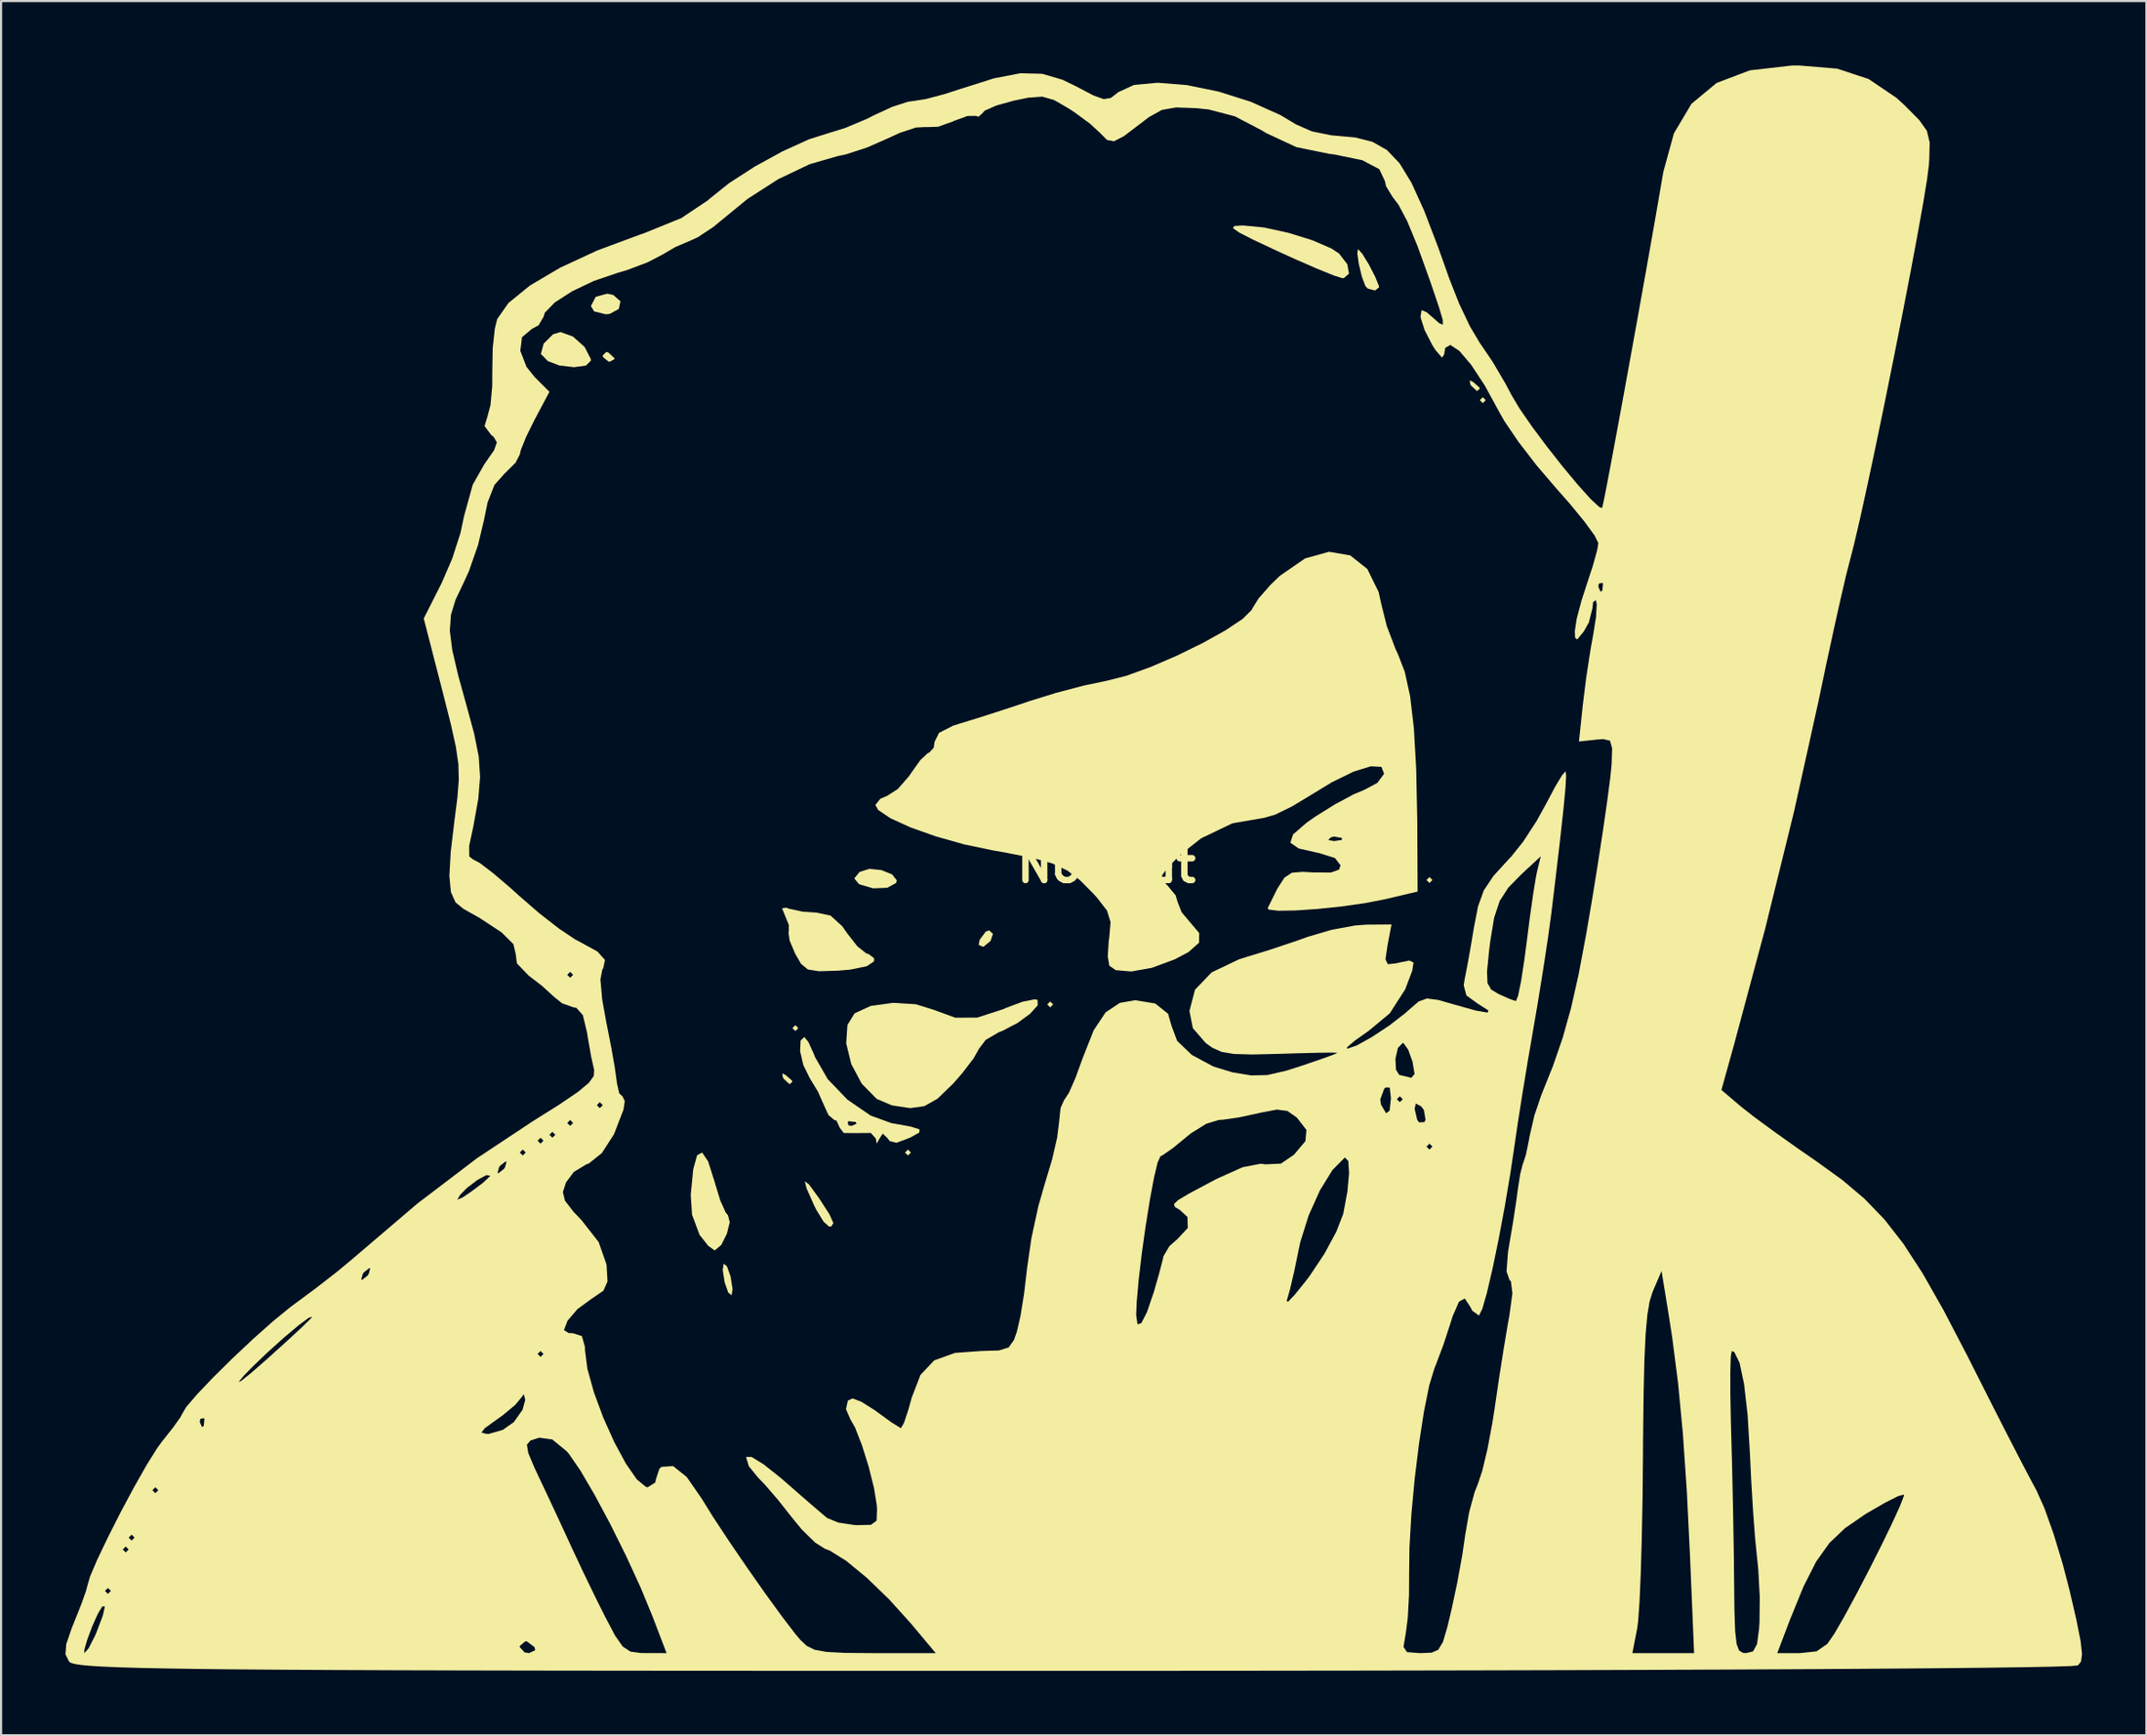
<source format=kicad_pcb>
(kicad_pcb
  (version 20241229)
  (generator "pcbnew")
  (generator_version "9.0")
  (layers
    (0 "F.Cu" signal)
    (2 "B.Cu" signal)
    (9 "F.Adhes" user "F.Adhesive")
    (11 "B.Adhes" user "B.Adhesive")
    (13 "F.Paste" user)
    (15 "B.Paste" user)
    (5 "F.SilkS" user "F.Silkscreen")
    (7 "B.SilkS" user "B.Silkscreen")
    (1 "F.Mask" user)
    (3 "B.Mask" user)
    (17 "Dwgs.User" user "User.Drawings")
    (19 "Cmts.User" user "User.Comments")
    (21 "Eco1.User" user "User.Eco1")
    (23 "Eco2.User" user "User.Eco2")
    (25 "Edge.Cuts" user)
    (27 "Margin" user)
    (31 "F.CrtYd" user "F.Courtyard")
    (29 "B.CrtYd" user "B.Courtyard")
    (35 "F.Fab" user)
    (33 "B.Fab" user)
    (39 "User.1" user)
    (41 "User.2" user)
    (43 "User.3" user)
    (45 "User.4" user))
  (footprint "NoliBat"
    (layer "F.Cu")
    (at 48.499 37.272)
    (property "Reference" "NoliBat" (at 0 0 0) (layer "F.SilkS") (effects (font (size 1.524 1.524) (thickness 0.3))))
    (attr board_only exclude_from_pos_files exclude_from_bom)
    (fp_poly (pts (xy -14.357 7.592) (xy -14.495 7.73) (xy -14.633 7.592) (xy -14.495 7.454)) (stroke (width 0) (type solid)) (fill yes) (layer "F.SilkS"))
    (fp_poly (pts (xy -9.111 13.39) (xy -9.249 13.528) (xy -9.387 13.39) (xy -9.249 13.252)) (stroke (width 0) (type solid)) (fill yes) (layer "F.SilkS"))
    (fp_poly (pts (xy -2.485 6.488) (xy -2.623 6.626) (xy -2.761 6.488) (xy -2.623 6.35)) (stroke (width 0) (type solid)) (fill yes) (layer "F.SilkS"))
    (fp_poly (pts (xy 15.185 0.69) (xy 15.047 0.828) (xy 14.909 0.69) (xy 15.047 0.552)) (stroke (width 0) (type solid)) (fill yes) (layer "F.SilkS"))
    (fp_poly (pts (xy 17.67 -21.673) (xy 17.532 -21.535) (xy 17.393 -21.673) (xy 17.532 -21.811)) (stroke (width 0) (type solid)) (fill yes) (layer "F.SilkS"))
    (fp_poly (pts (xy -14.951 9.775) (xy -14.657 10.031) (xy -14.633 10.093) (xy -14.764 10.207) (xy -15.036 9.953) (xy -15.073 9.896) (xy -15.106 9.708)) (stroke (width 0) (type solid)) (fill yes) (layer "F.SilkS"))
    (fp_poly (pts (xy 17.075 -22.527) (xy 17.369 -22.271) (xy 17.393 -22.209) (xy 17.262 -22.095) (xy 16.99 -22.349) (xy 16.953 -22.406) (xy 16.92 -22.595)) (stroke (width 0) (type solid)) (fill yes) (layer "F.SilkS"))
    (fp_poly (pts (xy -23.191 -23.882) (xy -22.928 -23.633) (xy -22.915 -23.589) (xy -23.129 -23.471) (xy -23.191 -23.467) (xy -23.457 -23.68) (xy -23.467 -23.76) (xy -23.298 -23.925)) (stroke (width 0) (type solid)) (fill yes) (layer "F.SilkS"))
    (fp_poly (pts (xy -17.679 18.697) (xy -17.512 19.168) (xy -17.421 19.753) (xy -17.465 20.042) (xy -17.621 19.916) (xy -17.788 19.444) (xy -17.879 18.859) (xy -17.834 18.571)) (stroke (width 0) (type solid)) (fill yes) (layer "F.SilkS"))
    (fp_poly (pts (xy -5.288 3.199) (xy -5.401 3.529) (xy -5.722 3.793) (xy -5.746 3.802) (xy -5.954 3.716) (xy -5.907 3.474) (xy -5.624 3.094) (xy -5.469 3.037)) (stroke (width 0) (type solid)) (fill yes) (layer "F.SilkS"))
    (fp_poly (pts (xy -22.984 -26.579) (xy -22.643 -26.283) (xy -22.72 -25.925) (xy -23.143 -25.693) (xy -23.329 -25.676) (xy -23.869 -25.81) (xy -24.02 -26.061) (xy -23.794 -26.49) (xy -23.262 -26.634)) (stroke (width 0) (type solid)) (fill yes) (layer "F.SilkS"))
    (fp_poly (pts (xy -10.487 0.227) (xy -9.991 0.425) (xy -9.768 0.705) (xy -9.801 0.828) (xy -10.213 1.052) (xy -10.867 1.078) (xy -11.489 0.898) (xy -11.54 0.869) (xy -11.749 0.615) (xy -11.504 0.315) (xy -11.057 0.171)) (stroke (width 0) (type solid)) (fill yes) (layer "F.SilkS"))
    (fp_poly (pts (xy -24.856 -24.638) (xy -24.311 -24.149) (xy -24.026 -23.595) (xy -24.02 -23.515) (xy -24.251 -23.285) (xy -24.808 -23.209) (xy -25.486 -23.288) (xy -26.023 -23.491) (xy -26.35 -23.827) (xy -26.22 -24.31) (xy -25.782 -24.744) (xy -25.433 -24.848)) (stroke (width 0) (type solid)) (fill yes) (layer "F.SilkS"))
    (fp_poly (pts (xy -13.863 14.873) (xy -13.407 15.496) (xy -13.39 15.52) (xy -12.905 16.271) (xy -12.724 16.676) (xy -12.815 16.83) (xy -12.925 16.841) (xy -13.176 16.616) (xy -13.52 16.057) (xy -13.615 15.866) (xy -13.971 15.064) (xy -14.052 14.731)) (stroke (width 0) (type solid)) (fill yes) (layer "F.SilkS"))
    (fp_poly (pts (xy 11.917 -28.498) (xy 12.223 -27.996) (xy 12.52 -27.422) (xy 12.691 -26.993) (xy 12.7 -26.932) (xy 12.513 -26.785) (xy 12.179 -26.87) (xy 12.064 -26.988) (xy 11.897 -27.431) (xy 11.756 -28.021) (xy 11.685 -28.525) (xy 11.721 -28.713)) (stroke (width 0) (type solid)) (fill yes) (layer "F.SilkS"))
    (fp_poly (pts (xy -18.558 13.807) (xy -18.251 14.768) (xy -18.235 14.831) (xy -17.991 15.63) (xy -17.741 16.184) (xy -17.635 16.31) (xy -17.551 16.637) (xy -17.686 17.179) (xy -17.946 17.695) (xy -18.24 17.944) (xy -18.26 17.946) (xy -18.554 17.738) (xy -18.949 17.237) (xy -18.958 17.224) (xy -19.308 16.286) (xy -19.369 15.361) (xy -19.253 14.173) (xy -19.071 13.515) (xy -18.836 13.391)) (stroke (width 0) (type solid)) (fill yes) (layer "F.SilkS"))
    (fp_poly (pts (xy 7.341 -29.72) (xy 8.484 -29.47) (xy 9.599 -29.123) (xy 10.487 -28.738) (xy 10.836 -28.505) (xy 11.219 -28.009) (xy 11.299 -27.571) (xy 11.058 -27.361) (xy 10.974 -27.361) (xy 10.592 -27.483) (xy 9.832 -27.791) (xy 8.817 -28.233) (xy 8.007 -28.601) (xy 6.865 -29.136) (xy 6.177 -29.487) (xy 5.892 -29.692) (xy 5.958 -29.789) (xy 6.325 -29.815) (xy 6.369 -29.815)) (stroke (width 0) (type solid)) (fill yes) (layer "F.SilkS"))
    (fp_poly (pts (xy -14.78 2.029) (xy -14.157 2.164) (xy -13.508 2.209) (xy -12.854 2.348) (xy -12.308 2.847) (xy -12.081 3.172) (xy -11.609 3.776) (xy -11.187 4.113) (xy -11.089 4.138) (xy -10.823 4.335) (xy -10.835 4.486) (xy -11.172 4.709) (xy -11.94 4.866) (xy -12.501 4.914) (xy -13.394 4.942) (xy -13.912 4.859) (xy -14.23 4.596) (xy -14.501 4.129) (xy -14.76 3.517) (xy -14.816 3.139) (xy -14.801 3.113) (xy -14.797 2.786) (xy -14.951 2.407) (xy -15.115 2.011) (xy -14.927 1.977)) (stroke (width 0) (type solid)) (fill yes) (layer "F.SilkS"))
    (fp_poly (pts (xy -3.211 6.275) (xy -3.203 6.527) (xy -3.558 6.923) (xy -4.15 7.356) (xy -4.851 7.721) (xy -5.027 7.789) (xy -5.63 8.143) (xy -5.931 8.542) (xy -6.198 9.012) (xy -6.72 9.693) (xy -7.142 10.176) (xy -7.874 10.883) (xy -8.488 11.23) (xy -9.145 11.32) (xy -9.996 11.193) (xy -10.708 10.889) (xy -11.404 10.18) (xy -11.891 9.264) (xy -12.125 8.3) (xy -12.068 7.446) (xy -11.734 6.902) (xy -10.984 6.558) (xy -9.953 6.414) (xy -8.88 6.48) (xy -8.066 6.733) (xy -7.043 7.107) (xy -6.023 7.102) (xy -4.819 6.712) (xy -4.667 6.645) (xy -3.91 6.361) (xy -3.352 6.251)) (stroke (width 0) (type solid)) (fill yes) (layer "F.SilkS"))
    (fp_poly (pts (xy -13.887 8.238) (xy -13.627 8.81) (xy -13.574 8.949) (xy -12.986 9.971) (xy -12.065 10.928) (xy -10.991 11.666) (xy -10.025 12.017) (xy -9.122 12.18) (xy -8.707 12.311) (xy -8.723 12.46) (xy -9.112 12.676) (xy -9.2 12.717) (xy -9.785 12.936) (xy -10.099 12.855) (xy -10.202 12.722) (xy -10.423 12.507) (xy -10.574 12.738) (xy -10.704 12.975) (xy -10.746 12.738) (xy -10.978 12.478) (xy -11.596 12.483) (xy -12.237 12.481) (xy -12.424 12.238) (xy -12.55 11.964) (xy -12.056 11.964) (xy -12.018 12.128) (xy -11.872 12.148) (xy -11.644 12.047) (xy -11.688 11.964) (xy -12.015 11.931) (xy -12.056 11.964) (xy -12.55 11.964) (xy -12.579 11.902) (xy -12.681 11.872) (xy -12.952 11.642) (xy -13.132 11.251) (xy -13.436 10.563) (xy -13.827 9.916) (xy -14.123 9.315) (xy -14.273 8.668) (xy -14.25 8.169) (xy -14.077 8.007)) (stroke (width 0) (type solid)) (fill yes) (layer "F.SilkS"))
    (fp_poly (pts (xy 11.358 -14.438) (xy 12.152 -13.805) (xy 12.68 -12.729) (xy 12.801 -12.179) (xy 13.061 -11.143) (xy 13.468 -10.07) (xy 13.572 -9.854) (xy 13.899 -9.006) (xy 14.147 -7.871) (xy 14.321 -6.385) (xy 14.429 -4.487) (xy 14.478 -2.112) (xy 14.481 -1.664) (xy 14.495 1.228) (xy 12.976 1.586) (xy 12.039 1.768) (xy 10.949 1.922) (xy 9.831 2.039) (xy 8.81 2.109) (xy 8.012 2.122) (xy 7.561 2.069) (xy 7.509 2.003) (xy 7.959 1.095) (xy 8.292 0.578) (xy 8.637 0.35) (xy 9.126 0.308) (xy 9.642 0.336) (xy 10.454 0.342) (xy 10.835 0.207) (xy 10.905 0.005) (xy 10.643 -0.335) (xy 9.902 -0.568) (xy 9.856 -0.575) (xy 8.955 -0.78) (xy 8.568 -1.05) (xy 8.607 -1.17) (xy 10.335 -1.17) (xy 10.606 -1.126) (xy 10.964 -1.177) (xy 10.969 -1.271) (xy 10.599 -1.337) (xy 10.44 -1.293) (xy 10.335 -1.17) (xy 8.607 -1.17) (xy 8.692 -1.434) (xy 9.322 -1.981) (xy 9.727 -2.265) (xy 10.644 -2.837) (xy 11.513 -3.303) (xy 12.01 -3.511) (xy 12.621 -3.838) (xy 12.932 -4.259) (xy 12.933 -4.261) (xy 12.812 -4.583) (xy 12.315 -4.61) (xy 11.517 -4.363) (xy 10.495 -3.864) (xy 9.551 -3.288) (xy 8.652 -2.745) (xy 7.86 -2.357) (xy 7.344 -2.207) (xy 7.342 -2.207) (xy 5.869 -1.954) (xy 4.414 -1.256) (xy 3.485 -0.526) (xy 2.856 0.098) (xy 2.585 0.477) (xy 2.617 0.732) (xy 2.83 0.931) (xy 3.222 1.404) (xy 3.313 1.713) (xy 3.504 2.195) (xy 3.865 2.623) (xy 4.318 3.161) (xy 4.312 3.612) (xy 3.818 4.051) (xy 3.178 4.387) (xy 2.117 4.781) (xy 1.154 4.953) (xy 0.431 4.891) (xy 0.132 4.683) (xy 0.059 4.243) (xy 0.106 3.521) (xy 0.131 3.355) (xy 0.191 2.655) (xy 0.025 2.114) (xy -0.454 1.497) (xy -0.606 1.331) (xy -1.234 0.698) (xy -1.825 0.247) (xy -2.512 -0.078) (xy -3.431 -0.338) (xy -4.716 -0.59) (xy -5.264 -0.685) (xy -6.628 -0.971) (xy -7.954 -1.345) (xy -9.136 -1.765) (xy -10.067 -2.19) (xy -10.638 -2.577) (xy -10.767 -2.807) (xy -10.537 -3.096) (xy -10.218 -3.232) (xy -9.722 -3.551) (xy -9.193 -4.157) (xy -9.091 -4.311) (xy -8.667 -4.904) (xy -8.323 -5.226) (xy -8.26 -5.246) (xy -8.048 -5.475) (xy -8.007 -5.754) (xy -7.802 -6.167) (xy -7.14 -6.505) (xy -6.833 -6.602) (xy -5.979 -6.864) (xy -4.841 -7.23) (xy -3.657 -7.624) (xy -3.589 -7.647) (xy -2.342 -8.033) (xy -1.055 -8.373) (xy -0.007 -8.592) (xy 0 -8.593) (xy 0.918 -8.825) (xy 2.049 -9.235) (xy 3.276 -9.764) (xy 4.479 -10.353) (xy 5.541 -10.944) (xy 6.342 -11.478) (xy 6.764 -11.896) (xy 6.791 -11.956) (xy 7.082 -12.428) (xy 7.649 -13.074) (xy 8.074 -13.484) (xy 9.251 -14.296) (xy 10.368 -14.608)) (stroke (width 0) (type solid)) (fill yes) (layer "F.SilkS"))
    (fp_poly (pts (xy 34.041 -37.123) (xy 35.508 -36.639) (xy 36.806 -35.761) (xy 37.186 -35.412) (xy 37.861 -34.732) (xy 38.221 -34.225) (xy 38.35 -33.685) (xy 38.333 -32.904) (xy 38.315 -32.634) (xy 38.231 -31.972) (xy 38.049 -30.858) (xy 37.784 -29.38) (xy 37.456 -27.625) (xy 37.081 -25.681) (xy 36.676 -23.636) (xy 36.26 -21.577) (xy 35.85 -19.592) (xy 35.463 -17.77) (xy 35.117 -16.196) (xy 34.83 -14.96) (xy 34.638 -14.218) (xy 34.457 -13.508) (xy 34.192 -12.37) (xy 33.869 -10.918) (xy 33.512 -9.267) (xy 33.16 -7.592) (xy 32.031 -2.493) (xy 30.681 2.982) (xy 29.242 8.343) (xy 28.649 10.473) (xy 29.552 11.241) (xy 30.153 11.714) (xy 31.076 12.393) (xy 32.183 13.181) (xy 33.084 13.804) (xy 34.285 14.672) (xy 35.319 15.548) (xy 36.247 16.511) (xy 37.127 17.641) (xy 38.021 19.017) (xy 38.988 20.719) (xy 40.087 22.825) (xy 40.481 23.605) (xy 41.239 25.108) (xy 41.973 26.549) (xy 42.623 27.808) (xy 43.124 28.762) (xy 43.322 29.127) (xy 43.696 29.961) (xy 44.125 31.165) (xy 44.55 32.565) (xy 44.865 33.777) (xy 45.19 35.185) (xy 45.381 36.15) (xy 45.449 36.764) (xy 45.402 37.115) (xy 45.254 37.293) (xy 44.936 37.321) (xy 44.089 37.349) (xy 42.74 37.375) (xy 40.911 37.4) (xy 38.627 37.424) (xy 35.912 37.445) (xy 32.791 37.465) (xy 29.288 37.483) (xy 25.428 37.499) (xy 21.234 37.513) (xy 16.731 37.524) (xy 11.943 37.533) (xy 6.895 37.539) (xy 1.611 37.543) (xy -1.554 37.544) (xy -7.528 37.544) (xy -12.973 37.543) (xy -17.916 37.541) (xy -22.378 37.538) (xy -26.386 37.533) (xy -29.962 37.526) (xy -33.131 37.517) (xy -35.918 37.506) (xy -38.346 37.493) (xy -40.441 37.477) (xy -42.225 37.458) (xy -43.723 37.435) (xy -44.96 37.41) (xy -45.959 37.381) (xy -46.745 37.348) (xy -47.343 37.311) (xy -47.776 37.27) (xy -48.068 37.224) (xy -48.244 37.174) (xy -48.327 37.12) (xy -48.499 36.777) (xy -48.483 36.577) (xy -47.624 36.577) (xy -47.615 36.72) (xy -47.419 36.492) (xy -47.394 36.443) (xy -27.333 36.443) (xy -27.108 36.686) (xy -26.902 36.72) (xy -26.616 36.586) (xy -26.642 36.443) (xy -26.995 36.178) (xy -27.073 36.167) (xy -27.325 36.378) (xy -27.333 36.443) (xy -47.394 36.443) (xy -47.13 35.927) (xy -47.059 35.762) (xy -46.755 34.961) (xy -46.662 34.539) (xy -46.788 34.548) (xy -46.994 34.89) (xy -47.252 35.472) (xy -47.487 36.1) (xy -47.624 36.577) (xy -48.483 36.577) (xy -48.461 36.296) (xy -48.194 35.521) (xy -48.084 35.251) (xy -47.757 34.429) (xy -47.54 33.821) (xy -46.659 33.821) (xy -46.521 33.959) (xy -46.383 33.821) (xy -46.521 33.683) (xy -46.659 33.821) (xy -47.54 33.821) (xy -47.54 33.821) (xy -47.487 33.61) (xy -47.359 33.162) (xy -47.015 32.356) (xy -46.791 31.888) (xy -45.83 31.888) (xy -45.692 32.026) (xy -45.554 31.888) (xy -45.692 31.75) (xy -45.83 31.888) (xy -46.791 31.888) (xy -46.528 31.336) (xy -45.554 31.336) (xy -45.416 31.474) (xy -45.278 31.336) (xy -45.416 31.198) (xy -45.554 31.336) (xy -46.528 31.336) (xy -46.517 31.314) (xy -45.929 30.154) (xy -45.379 29.127) (xy -44.45 29.127) (xy -44.312 29.265) (xy -44.174 29.127) (xy -44.312 28.989) (xy -44.45 29.127) (xy -45.379 29.127) (xy -45.31 28.998) (xy -44.725 27.965) (xy -44.233 27.176) (xy -44.109 27.006) (xy -27.001 27.006) (xy -26.94 27.388) (xy -26.651 28.075) (xy -26.343 28.73) (xy -25.793 29.899) (xy -25.201 31.175) (xy -24.937 31.75) (xy -24.423 32.848) (xy -23.811 34.114) (xy -23.373 34.992) (xy -22.896 35.898) (xy -22.536 36.414) (xy -22.175 36.65) (xy -21.694 36.715) (xy -21.498 36.717) (xy -20.495 36.72) (xy -21.154 34.994) (xy -21.708 33.652) (xy -22.384 32.181) (xy -23.118 30.704) (xy -23.847 29.34) (xy -24.508 28.212) (xy -25.039 27.44) (xy -25.152 27.308) (xy -25.819 26.761) (xy -26.421 26.68) (xy -26.463 26.69) (xy -26.839 26.812) (xy -27.001 27.006) (xy -44.109 27.006) (xy -44.012 26.872) (xy -43.672 26.442) (xy -29.118 26.442) (xy -28.879 26.503) (xy -28.777 26.504) (xy -28.124 26.315) (xy -27.609 25.952) (xy -27.205 25.38) (xy -27.078 24.917) (xy -27.147 24.651) (xy -27.242 24.786) (xy -27.545 25.15) (xy -28.135 25.642) (xy -28.388 25.821) (xy -28.968 26.239) (xy -29.118 26.442) (xy -43.672 26.442) (xy -43.487 26.208) (xy -43.304 25.952) (xy -42.241 25.952) (xy -42.14 26.179) (xy -42.057 26.136) (xy -42.024 25.809) (xy -42.057 25.768) (xy -42.221 25.806) (xy -42.241 25.952) (xy -43.304 25.952) (xy -43.145 25.731) (xy -43.07 25.585) (xy -42.876 25.253) (xy -42.357 24.647) (xy -41.813 24.076) (xy -40.431 24.076) (xy -40.318 24.037) (xy -39.865 23.675) (xy -39.135 23.039) (xy -38.845 22.777) (xy -26.504 22.777) (xy -26.366 22.915) (xy -26.228 22.777) (xy -26.366 22.639) (xy -26.504 22.777) (xy -38.845 22.777) (xy -38.25 22.241) (xy -37.544 21.588) (xy -37.102 21.159) (xy -36.996 21.034) (xy -37.177 21.098) (xy -37.65 21.452) (xy -38.31 22.007) (xy -39.049 22.67) (xy -39.761 23.35) (xy -40.171 23.769) (xy -40.431 24.076) (xy -41.813 24.076) (xy -41.602 23.855) (xy -40.701 22.966) (xy -39.745 22.067) (xy -38.824 21.249) (xy -38.028 20.598) (xy -37.824 20.446) (xy -36.81 19.696) (xy -36.313 19.308) (xy -34.719 19.308) (xy -34.682 19.326) (xy -34.43 19.132) (xy -34.373 19.05) (xy -34.302 18.792) (xy -34.34 18.774) (xy -34.592 18.968) (xy -34.649 19.05) (xy -34.719 19.308) (xy -36.313 19.308) (xy -35.835 18.936) (xy -35.099 18.325) (xy -35.063 18.293) (xy -32.113 15.775) (xy -31.872 15.592) (xy -30.245 15.592) (xy -29.984 15.475) (xy -29.61 15.224) (xy -29.043 14.797) (xy -28.733 14.507) (xy -28.713 14.466) (xy -28.891 14.442) (xy -29.31 14.67) (xy -29.794 15.039) (xy -30.116 15.366) (xy -30.245 15.592) (xy -31.872 15.592) (xy -30.225 14.339) (xy -28.369 14.339) (xy -28.332 14.357) (xy -28.08 14.162) (xy -28.023 14.08) (xy -27.952 13.822) (xy -27.99 13.804) (xy -28.242 13.999) (xy -28.299 14.08) (xy -28.369 14.339) (xy -30.225 14.339) (xy -29.328 13.656) (xy -28.927 13.39) (xy -27.333 13.39) (xy -27.195 13.528) (xy -27.057 13.39) (xy -27.195 13.252) (xy -27.333 13.39) (xy -28.927 13.39) (xy -28.095 12.838) (xy -26.504 12.838) (xy -26.366 12.976) (xy -26.228 12.838) (xy -26.366 12.7) (xy -26.504 12.838) (xy -28.095 12.838) (xy -27.679 12.562) (xy -25.952 12.562) (xy -25.814 12.7) (xy -25.676 12.562) (xy -25.814 12.424) (xy -25.952 12.562) (xy -27.679 12.562) (xy -26.846 12.01) (xy -25.124 12.01) (xy -24.986 12.148) (xy -24.848 12.01) (xy -24.986 11.872) (xy -25.124 12.01) (xy -26.846 12.01) (xy -26.744 11.942) (xy -25.534 11.182) (xy -23.743 11.182) (xy -23.605 11.32) (xy -23.467 11.182) (xy -23.605 11.043) (xy -23.743 11.182) (xy -25.534 11.182) (xy -25.476 11.145) (xy -24.622 10.564) (xy -24.114 10.141) (xy -23.885 9.82) (xy -23.868 9.544) (xy -23.873 9.525) (xy -24.011 8.902) (xy -24.162 8.039) (xy -24.199 7.799) (xy -24.395 6.986) (xy -24.696 6.647) (xy -24.824 6.626) (xy -25.36 6.436) (xy -25.727 6.143) (xy -26.288 5.63) (xy -26.917 5.146) (xy -26.954 5.108) (xy -25.124 5.108) (xy -24.986 5.246) (xy -24.848 5.108) (xy -24.986 4.97) (xy -25.124 5.108) (xy -26.954 5.108) (xy -27.467 4.576) (xy -27.525 4.127) (xy -27.631 3.678) (xy -28.182 3.129) (xy -29.211 2.453) (xy -29.955 2.036) (xy -30.325 1.734) (xy -30.542 1.252) (xy -30.614 0.499) (xy -30.551 -0.616) (xy -30.374 -2.101) (xy -30.239 -3.156) (xy -30.175 -3.977) (xy -30.194 -4.717) (xy -30.312 -5.527) (xy -30.542 -6.559) (xy -30.897 -7.965) (xy -30.921 -8.057) (xy -31.661 -10.931) (xy -30.592 -10.931) (xy -30.479 -10.025) (xy -30.198 -8.827) (xy -29.831 -7.501) (xy -29.46 -6.137) (xy -29.246 -5.067) (xy -29.182 -4.111) (xy -29.267 -3.087) (xy -29.496 -1.814) (xy -29.692 -0.897) (xy -29.687 -0.411) (xy -29.52 -0.276) (xy -29.191 -0.1) (xy -28.573 0.372) (xy -27.772 1.054) (xy -27.375 1.414) (xy -26.424 2.239) (xy -25.497 2.961) (xy -24.752 3.458) (xy -24.572 3.553) (xy -23.722 4.018) (xy -23.363 4.416) (xy -23.446 4.803) (xy -23.486 4.854) (xy -23.577 5.324) (xy -23.492 6.269) (xy -23.297 7.348) (xy -23.077 8.46) (xy -22.907 9.429) (xy -22.817 10.074) (xy -22.811 10.146) (xy -22.699 10.632) (xy -22.552 10.767) (xy -22.442 10.989) (xy -22.501 11.389) (xy -22.943 12.535) (xy -23.51 13.415) (xy -24.115 13.899) (xy -24.221 13.934) (xy -24.821 14.298) (xy -25.181 14.786) (xy -25.325 15.233) (xy -25.231 15.631) (xy -24.833 16.146) (xy -24.46 16.538) (xy -23.658 17.564) (xy -23.299 18.59) (xy -23.288 18.67) (xy -23.246 19.4) (xy -23.436 19.828) (xy -23.964 20.19) (xy -23.976 20.197) (xy -24.647 20.687) (xy -25.108 21.229) (xy -25.11 21.232) (xy -25.276 21.665) (xy -25.053 21.804) (xy -24.858 21.811) (xy -24.439 21.945) (xy -24.299 22.442) (xy -24.296 22.596) (xy -24.183 23.472) (xy -23.882 24.558) (xy -23.447 25.735) (xy -22.932 26.884) (xy -22.391 27.887) (xy -21.88 28.623) (xy -21.452 28.975) (xy -21.371 28.989) (xy -21.024 28.769) (xy -20.983 28.591) (xy -20.83 28.132) (xy -20.731 28.038) (xy -20.189 28.003) (xy -19.557 28.509) (xy -18.872 29.497) (xy -18.33 30.37) (xy -17.596 31.484) (xy -16.758 32.712) (xy -15.905 33.928) (xy -15.124 35.003) (xy -14.506 35.812) (xy -14.266 36.098) (xy -13.969 36.379) (xy -13.603 36.56) (xy -13.051 36.663) (xy -12.191 36.709) (xy -10.905 36.72) (xy -10.832 36.72) (xy -7.955 36.72) (xy 24.501 36.72) (xy 27.376 36.72) (xy 27.188 32.233) (xy 27.035 29.135) (xy 26.852 26.473) (xy 26.629 24.13) (xy 26.562 23.607) (xy 29.064 23.607) (xy 29.065 24.666) (xy 29.091 25.971) (xy 29.1 26.297) (xy 29.149 28.096) (xy 29.193 30.106) (xy 29.226 32.053) (xy 29.24 33.337) (xy 29.256 34.754) (xy 29.29 35.709) (xy 29.357 36.293) (xy 29.471 36.595) (xy 29.648 36.707) (xy 29.803 36.72) (xy 31.251 36.72) (xy 32.306 36.72) (xy 33.079 36.638) (xy 33.579 36.293) (xy 33.906 35.822) (xy 34.376 35.008) (xy 34.932 33.981) (xy 35.522 32.848) (xy 36.092 31.718) (xy 36.587 30.698) (xy 36.956 29.894) (xy 37.143 29.414) (xy 37.151 29.329) (xy 36.877 29.404) (xy 36.264 29.714) (xy 35.439 30.193) (xy 35.335 30.256) (xy 34.41 30.894) (xy 33.679 31.587) (xy 33.062 32.455) (xy 32.475 33.613) (xy 31.836 35.179) (xy 31.786 35.311) (xy 31.251 36.72) (xy 29.803 36.72) (xy 30.127 36.636) (xy 30.309 36.297) (xy 30.404 35.575) (xy 30.424 35.27) (xy 30.435 34.098) (xy 30.365 32.802) (xy 30.31 32.274) (xy 30.218 31.358) (xy 30.122 30.075) (xy 30.034 28.61) (xy 29.978 27.427) (xy 29.868 25.604) (xy 29.704 24.177) (xy 29.496 23.192) (xy 29.251 22.693) (xy 29.132 22.639) (xy 29.086 22.898) (xy 29.064 23.607) (xy 26.562 23.607) (xy 26.354 21.99) (xy 26.198 20.983) (xy 25.86 18.912) (xy 25.445 19.878) (xy 25.307 20.313) (xy 25.2 20.943) (xy 25.119 21.834) (xy 25.061 23.053) (xy 25.023 24.667) (xy 24.999 26.743) (xy 24.993 27.609) (xy 24.974 29.558) (xy 24.938 31.387) (xy 24.891 33.002) (xy 24.834 34.31) (xy 24.771 35.218) (xy 24.729 35.546) (xy 24.501 36.72) (xy -7.955 36.72) (xy -9.112 35.337) (xy -10.131 34.208) (xy -11.171 33.204) (xy -12.127 32.417) (xy -12.892 31.94) (xy -13.107 31.86) (xy -13.573 31.567) (xy -14.188 30.965) (xy -14.633 30.424) (xy -15.292 29.589) (xy -15.934 28.845) (xy -16.247 28.522) (xy -16.665 28.004) (xy -16.788 27.59) (xy -16.784 27.575) (xy -16.539 27.574) (xy -15.978 27.917) (xy -15.176 28.554) (xy -15.031 28.68) (xy -14.202 29.404) (xy -13.5 30.011) (xy -13.057 30.387) (xy -13.014 30.423) (xy -12.495 30.635) (xy -11.729 30.751) (xy -11.633 30.755) (xy -10.972 30.741) (xy -10.709 30.544) (xy -10.689 30.008) (xy -10.702 29.817) (xy -10.832 29.016) (xy -11.083 28.017) (xy -11.397 27.016) (xy -11.713 26.207) (xy -11.927 25.828) (xy -12.136 25.351) (xy -12.048 24.951) (xy -11.829 24.848) (xy -11.422 25.004) (xy -10.802 25.393) (xy -10.605 25.538) (xy -10.011 25.969) (xy -9.623 26.21) (xy -9.569 26.228) (xy -9.433 25.986) (xy -9.226 25.363) (xy -9.078 24.825) (xy -8.666 23.754) (xy -8.026 23.077) (xy -7.06 22.728) (xy -5.833 22.639) (xy -5.006 22.614) (xy -4.557 22.474) (xy -4.31 22.126) (xy -4.176 21.742) (xy -4.008 21.015) (xy -4 20.969) (xy 1.383 20.969) (xy 1.447 21.4) (xy 1.626 21.337) (xy 1.89 20.817) (xy 2.069 20.292) (xy 8.399 20.292) (xy 8.449 20.353) (xy 8.76 20.031) (xy 9.273 19.394) (xy 9.479 19.121) (xy 10.152 18.11) (xy 10.706 17.084) (xy 11.027 16.257) (xy 11.035 16.222) (xy 11.225 15.204) (xy 11.302 14.352) (xy 11.266 13.786) (xy 11.112 13.626) (xy 11.089 13.638) (xy 10.526 14.207) (xy 9.942 15.157) (xy 9.417 16.326) (xy 9.033 17.553) (xy 8.965 17.866) (xy 8.752 18.902) (xy 8.546 19.782) (xy 8.399 20.292) (xy 2.069 20.292) (xy 2.21 19.878) (xy 2.21 19.878) (xy 2.449 19.042) (xy 2.62 18.386) (xy 2.655 18.222) (xy 2.929 17.755) (xy 3.298 17.429) (xy 3.789 16.905) (xy 3.771 16.39) (xy 3.416 16.065) (xy 3.192 15.927) (xy 3.142 15.794) (xy 3.34 15.605) (xy 3.856 15.298) (xy 4.765 14.813) (xy 5.148 14.611) (xy 6.341 14.075) (xy 7.185 13.912) (xy 7.41 13.941) (xy 8.128 13.906) (xy 8.733 13.494) (xy 9.054 13.114) (xy 14.909 13.114) (xy 15.047 13.252) (xy 15.185 13.114) (xy 15.047 12.976) (xy 14.909 13.114) (xy 9.054 13.114) (xy 9.267 12.862) (xy 9.315 12.337) (xy 8.886 11.781) (xy 8.843 11.742) (xy 8.426 11.451) (xy 7.942 11.389) (xy 7.176 11.533) (xy 7.065 11.561) (xy 6.173 11.753) (xy 5.415 11.862) (xy 5.229 11.872) (xy 4.653 12.048) (xy 3.943 12.488) (xy 3.721 12.668) (xy 3.096 13.182) (xy 2.614 13.516) (xy 2.513 13.565) (xy 2.382 13.855) (xy 2.212 14.572) (xy 2.021 15.598) (xy 1.826 16.81) (xy 1.646 18.089) (xy 1.501 19.313) (xy 1.407 20.363) (xy 1.383 20.969) (xy -4 20.969) (xy -3.838 19.962) (xy -3.702 18.806) (xy -3.699 18.774) (xy -3.498 17.387) (xy -3.172 15.88) (xy -2.858 14.791) (xy -2.53 13.702) (xy -2.297 12.689) (xy -2.209 11.978) (xy -2.138 11.312) (xy -1.966 10.927) (xy -1.955 10.919) (xy 12.752 10.919) (xy 12.793 11.163) (xy 13.028 11.561) (xy 13.193 11.434) (xy 13.201 11.356) (xy 14.357 11.356) (xy 14.475 11.86) (xy 14.558 11.981) (xy 14.807 11.974) (xy 14.865 11.865) (xy 14.789 11.411) (xy 14.664 11.24) (xy 14.409 11.107) (xy 14.357 11.356) (xy 13.201 11.356) (xy 13.247 10.905) (xy 13.528 10.905) (xy 13.666 11.043) (xy 13.804 10.905) (xy 13.666 10.767) (xy 13.528 10.905) (xy 13.247 10.905) (xy 13.252 10.85) (xy 13.197 10.361) (xy 13.003 10.359) (xy 12.939 10.418) (xy 12.752 10.919) (xy -1.955 10.919) (xy -1.954 10.919) (xy -1.743 10.593) (xy -1.437 9.893) (xy -1.114 9.002) (xy -0.596 7.693) (xy -0.04 6.857) (xy 0.625 6.415) (xy 1.343 6.291) (xy 2.271 6.445) (xy 2.867 6.919) (xy 3.037 7.501) (xy 3.292 8.186) (xy 3.976 8.841) (xy 4.972 9.378) (xy 5.865 9.652) (xy 6.741 9.796) (xy 7.494 9.779) (xy 8.369 9.578) (xy 9.019 9.371) (xy 9.9 9.072) (xy 10.055 9.016) (xy 13.462 9.016) (xy 13.486 9.529) (xy 13.637 9.77) (xy 14.201 9.907) (xy 14.353 9.732) (xy 14.259 9.16) (xy 14.057 8.598) (xy 13.839 8.292) (xy 13.804 8.283) (xy 13.579 8.511) (xy 13.462 9.016) (xy 10.055 9.016) (xy 10.528 8.846) (xy 10.768 8.743) (xy 10.512 8.732) (xy 9.822 8.741) (xy 8.817 8.766) (xy 8.074 8.79) (xy 6.798 8.821) (xy 5.939 8.797) (xy 5.361 8.699) (xy 4.93 8.505) (xy 4.623 8.286) (xy 4.024 7.593) (xy 3.865 6.792) (xy 4.125 5.8) (xy 4.9 4.994) (xy 6.182 4.382) (xy 6.523 4.276) (xy 7.597 3.946) (xy 8.813 3.539) (xy 9.387 3.335) (xy 10.471 3.015) (xy 11.569 2.81) (xy 12.091 2.77) (xy 13.277 2.761) (xy 13.093 3.741) (xy 12.998 4.382) (xy 13.107 4.614) (xy 13.507 4.57) (xy 13.633 4.539) (xy 14.111 4.442) (xy 14.306 4.537) (xy 14.242 4.926) (xy 13.943 5.715) (xy 13.916 5.784) (xy 13.199 6.902) (xy 12.212 7.722) (xy 11.569 8.175) (xy 11.216 8.478) (xy 11.203 8.558) (xy 11.661 8.4) (xy 12.378 8) (xy 13.186 7.463) (xy 13.916 6.897) (xy 14.098 6.734) (xy 14.543 6.352) (xy 14.93 6.21) (xy 15.467 6.281) (xy 16.169 6.483) (xy 17.207 6.774) (xy 17.753 6.869) (xy 17.796 6.769) (xy 17.331 6.472) (xy 17.307 6.459) (xy 16.768 6.068) (xy 16.643 5.595) (xy 16.69 5.296) (xy 16.757 4.954) (xy 17.729 4.954) (xy 17.751 5.495) (xy 17.921 5.794) (xy 18.27 6.004) (xy 18.814 6.244) (xy 19.076 6.331) (xy 19.177 6.085) (xy 19.315 5.405) (xy 19.469 4.409) (xy 19.567 3.658) (xy 19.726 2.418) (xy 19.882 1.32) (xy 20.013 0.523) (xy 20.063 0.276) (xy 20.233 -0.414) (xy 19.338 0.414) (xy 18.72 1.046) (xy 18.318 1.668) (xy 18.06 2.449) (xy 17.877 3.558) (xy 17.821 4.021) (xy 17.729 4.954) (xy 16.757 4.954) (xy 16.824 4.61) (xy 16.997 3.636) (xy 17.113 2.939) (xy 17.311 1.915) (xy 17.579 1.174) (xy 18.027 0.503) (xy 18.764 -0.307) (xy 18.857 -0.402) (xy 19.414 -1.099) (xy 20.039 -2.061) (xy 20.473 -2.846) (xy 20.901 -3.654) (xy 21.232 -4.204) (xy 21.392 -4.376) (xy 21.415 -4.161) (xy 21.382 -3.588) (xy 21.29 -2.615) (xy 21.135 -1.202) (xy 20.913 0.69) (xy 20.729 2.209) (xy 20.574 3.352) (xy 20.35 4.827) (xy 20.093 6.421) (xy 19.892 7.592) (xy 19.63 9.115) (xy 19.376 10.66) (xy 19.161 12.025) (xy 19.043 12.838) (xy 18.813 14.379) (xy 18.547 15.952) (xy 18.264 17.461) (xy 17.984 18.813) (xy 17.727 19.913) (xy 17.513 20.666) (xy 17.36 20.979) (xy 17.348 20.983) (xy 17.045 20.763) (xy 16.941 20.568) (xy 16.691 20.191) (xy 16.423 20.34) (xy 16.124 21.027) (xy 16.031 21.328) (xy 15.705 22.326) (xy 15.343 23.29) (xy 15.277 23.448) (xy 15.036 24.246) (xy 14.791 25.46) (xy 14.56 26.956) (xy 14.359 28.596) (xy 14.205 30.247) (xy 14.116 31.772) (xy 14.102 32.854) (xy 14.095 34.01) (xy 14.037 35.07) (xy 13.942 35.809) (xy 13.939 35.822) (xy 13.837 36.429) (xy 14.003 36.673) (xy 14.572 36.719) (xy 14.667 36.719) (xy 15.147 36.699) (xy 15.456 36.565) (xy 15.675 36.201) (xy 15.883 35.494) (xy 16.068 34.718) (xy 16.338 33.457) (xy 16.575 32.154) (xy 16.715 31.198) (xy 16.893 30.166) (xy 17.148 29.226) (xy 17.296 28.851) (xy 17.509 28.221) (xy 17.749 27.209) (xy 17.979 25.983) (xy 18.091 25.262) (xy 18.294 23.882) (xy 18.508 22.517) (xy 18.698 21.385) (xy 18.768 21) (xy 18.912 19.953) (xy 18.844 19.402) (xy 18.776 19.327) (xy 18.637 18.926) (xy 18.707 18.021) (xy 18.769 17.653) (xy 18.951 16.577) (xy 19.107 15.539) (xy 19.161 15.125) (xy 19.274 14.397) (xy 19.395 13.924) (xy 19.415 13.883) (xy 19.542 13.487) (xy 19.685 12.792) (xy 19.708 12.65) (xy 19.936 11.662) (xy 20.256 10.717) (xy 20.803 9.352) (xy 21.253 8.047) (xy 21.639 6.671) (xy 21.995 5.095) (xy 22.354 3.187) (xy 22.615 1.657) (xy 22.891 -0.052) (xy 23.137 -1.659) (xy 23.337 -3.051) (xy 23.475 -4.114) (xy 23.533 -4.693) (xy 23.558 -5.454) (xy 23.457 -5.803) (xy 23.143 -5.879) (xy 22.809 -5.851) (xy 22.012 -5.765) (xy 22.196 -7.507) (xy 22.351 -8.747) (xy 22.549 -10.04) (xy 22.672 -10.72) (xy 22.806 -11.565) (xy 22.841 -12.169) (xy 22.801 -12.354) (xy 22.672 -12.265) (xy 22.639 -11.971) (xy 22.476 -11.318) (xy 22.234 -10.889) (xy 21.93 -10.52) (xy 21.832 -10.601) (xy 21.82 -10.915) (xy 21.904 -11.474) (xy 22.131 -12.333) (xy 22.34 -12.976) (xy 22.915 -12.976) (xy 23.016 -12.749) (xy 23.099 -12.792) (xy 23.132 -13.12) (xy 23.099 -13.16) (xy 22.935 -13.122) (xy 22.915 -12.976) (xy 22.34 -12.976) (xy 22.363 -13.048) (xy 22.66 -13.955) (xy 22.861 -14.686) (xy 22.915 -15.011) (xy 22.739 -15.368) (xy 22.262 -16.023) (xy 21.563 -16.873) (xy 20.96 -17.556) (xy 20.044 -18.627) (xy 19.195 -19.729) (xy 18.54 -20.694) (xy 18.307 -21.105) (xy 17.628 -22.351) (xy 16.99 -23.321) (xy 16.439 -23.969) (xy 16.02 -24.247) (xy 15.778 -24.107) (xy 15.736 -23.812) (xy 15.633 -23.655) (xy 15.327 -24.008) (xy 15.184 -24.233) (xy 14.82 -24.942) (xy 14.638 -25.518) (xy 14.633 -25.588) (xy 14.682 -25.868) (xy 14.915 -25.771) (xy 15.185 -25.538) (xy 15.507 -25.257) (xy 15.669 -25.189) (xy 15.668 -25.407) (xy 15.497 -25.986) (xy 15.153 -27.001) (xy 15.08 -27.215) (xy 14.494 -28.845) (xy 14.012 -30.011) (xy 13.603 -30.784) (xy 13.324 -31.149) (xy 13.022 -31.648) (xy 12.976 -31.874) (xy 12.71 -32.438) (xy 11.918 -32.856) (xy 10.604 -33.126) (xy 10.394 -33.15) (xy 8.847 -33.465) (xy 7.433 -34.124) (xy 7.229 -34.249) (xy 5.985 -34.9) (xy 4.767 -35.22) (xy 4.192 -35.281) (xy 3.237 -35.314) (xy 2.582 -35.2) (xy 1.983 -34.868) (xy 1.55 -34.538) (xy 0.809 -33.974) (xy 0.348 -33.738) (xy 0.025 -33.8) (xy -0.302 -34.128) (xy -0.307 -34.134) (xy -0.767 -34.557) (xy -1.478 -35.081) (xy -1.769 -35.272) (xy -2.445 -35.663) (xy -2.988 -35.817) (xy -3.643 -35.77) (xy -4.327 -35.629) (xy -5.138 -35.402) (xy -5.672 -35.165) (xy -5.798 -35.027) (xy -5.967 -34.878) (xy -6.066 -34.92) (xy -6.472 -34.918) (xy -7.098 -34.69) (xy -7.153 -34.662) (xy -7.842 -34.415) (xy -8.386 -34.398) (xy -8.402 -34.404) (xy -8.878 -34.378) (xy -9.627 -34.131) (xy -10.146 -33.891) (xy -11.137 -33.455) (xy -12.14 -33.128) (xy -12.525 -33.046) (xy -13.831 -32.668) (xy -15.295 -31.97) (xy -16.719 -31.055) (xy -17.56 -30.366) (xy -18.321 -29.741) (xy -19.032 -29.271) (xy -19.355 -29.122) (xy -20.09 -28.806) (xy -20.707 -28.446) (xy -21.388 -28.093) (xy -22.324 -27.74) (xy -22.777 -27.605) (xy -23.881 -27.23) (xy -24.897 -26.746) (xy -25.7 -26.229) (xy -26.164 -25.753) (xy -26.228 -25.553) (xy -26.458 -25.162) (xy -26.78 -24.986) (xy -27.23 -24.607) (xy -27.308 -23.974) (xy -27.024 -23.231) (xy -26.642 -22.752) (xy -25.952 -22.062) (xy -26.642 -20.765) (xy -27.033 -19.973) (xy -27.283 -19.354) (xy -27.333 -19.141) (xy -27.532 -18.757) (xy -28.013 -18.279) (xy -28.034 -18.262) (xy -28.515 -17.719) (xy -28.834 -16.904) (xy -28.997 -16.103) (xy -29.28 -14.914) (xy -29.707 -13.693) (xy -29.952 -13.158) (xy -30.326 -12.371) (xy -30.54 -11.67) (xy -30.592 -10.931) (xy -31.661 -10.931) (xy -31.807 -11.498) (xy -30.965 -13.167) (xy -30.48 -14.292) (xy -30.097 -15.481) (xy -29.934 -16.251) (xy -29.524 -17.736) (xy -28.981 -18.693) (xy -28.533 -19.335) (xy -28.4 -19.706) (xy -28.549 -19.96) (xy -28.671 -20.058) (xy -28.973 -20.466) (xy -28.844 -20.897) (xy -28.699 -21.436) (xy -28.618 -22.308) (xy -28.613 -23.053) (xy -28.595 -24.09) (xy -28.495 -25.009) (xy -28.387 -25.449) (xy -27.861 -26.202) (xy -26.862 -27.014) (xy -25.458 -27.844) (xy -23.72 -28.651) (xy -21.716 -29.395) (xy -21.572 -29.442) (xy -19.809 -30.157) (xy -18.572 -30.984) (xy -18.498 -31.052) (xy -17.589 -31.782) (xy -16.393 -32.555) (xy -15.091 -33.27) (xy -13.869 -33.826) (xy -13 -34.102) (xy -12.174 -34.357) (xy -11.197 -34.768) (xy -10.819 -34.957) (xy -9.978 -35.344) (xy -9.245 -35.581) (xy -8.991 -35.615) (xy -8.418 -35.705) (xy -7.545 -35.936) (xy -6.81 -36.174) (xy -5.241 -36.671) (xy -4.017 -36.907) (xy -3 -36.884) (xy -2.049 -36.606) (xy -1.411 -36.295) (xy -0.609 -35.874) (xy -0.125 -35.702) (xy 0.203 -35.757) (xy 0.537 -36.015) (xy 0.548 -36.026) (xy 1.284 -36.364) (xy 2.389 -36.466) (xy 3.743 -36.356) (xy 5.226 -36.053) (xy 6.719 -35.581) (xy 8.101 -34.961) (xy 8.835 -34.522) (xy 9.576 -34.198) (xy 10.493 -34.012) (xy 10.629 -34.003) (xy 11.602 -33.914) (xy 12.397 -33.71) (xy 13.064 -33.331) (xy 13.654 -32.713) (xy 14.214 -31.795) (xy 14.796 -30.514) (xy 15.448 -28.81) (xy 15.977 -27.322) (xy 16.428 -26.177) (xy 16.935 -25.109) (xy 17.396 -24.333) (xy 17.432 -24.285) (xy 17.988 -23.464) (xy 18.589 -22.443) (xy 18.868 -21.914) (xy 19.245 -21.281) (xy 19.821 -20.448) (xy 20.518 -19.513) (xy 21.259 -18.572) (xy 21.965 -17.723) (xy 22.56 -17.063) (xy 22.964 -16.689) (xy 23.09 -16.648) (xy 23.155 -16.926) (xy 23.303 -17.67) (xy 23.517 -18.799) (xy 23.784 -20.234) (xy 24.09 -21.897) (xy 24.42 -23.709) (xy 24.76 -25.59) (xy 25.095 -27.462) (xy 25.411 -29.245) (xy 25.693 -30.86) (xy 25.928 -32.229) (xy 25.94 -32.302) (xy 26.435 -34.106) (xy 27.253 -35.483) (xy 28.423 -36.455) (xy 29.971 -37.043) (xy 31.925 -37.268) (xy 32.251 -37.272)) (stroke (width 0) (type solid)) (fill yes) (layer "F.SilkS")))
  (gr_rect
    (start -3 -3)
    (end 96.947 77.816)
    (stroke (width 0.1) (type default))
    (fill no)
    (layer "Edge.Cuts")))
</source>
